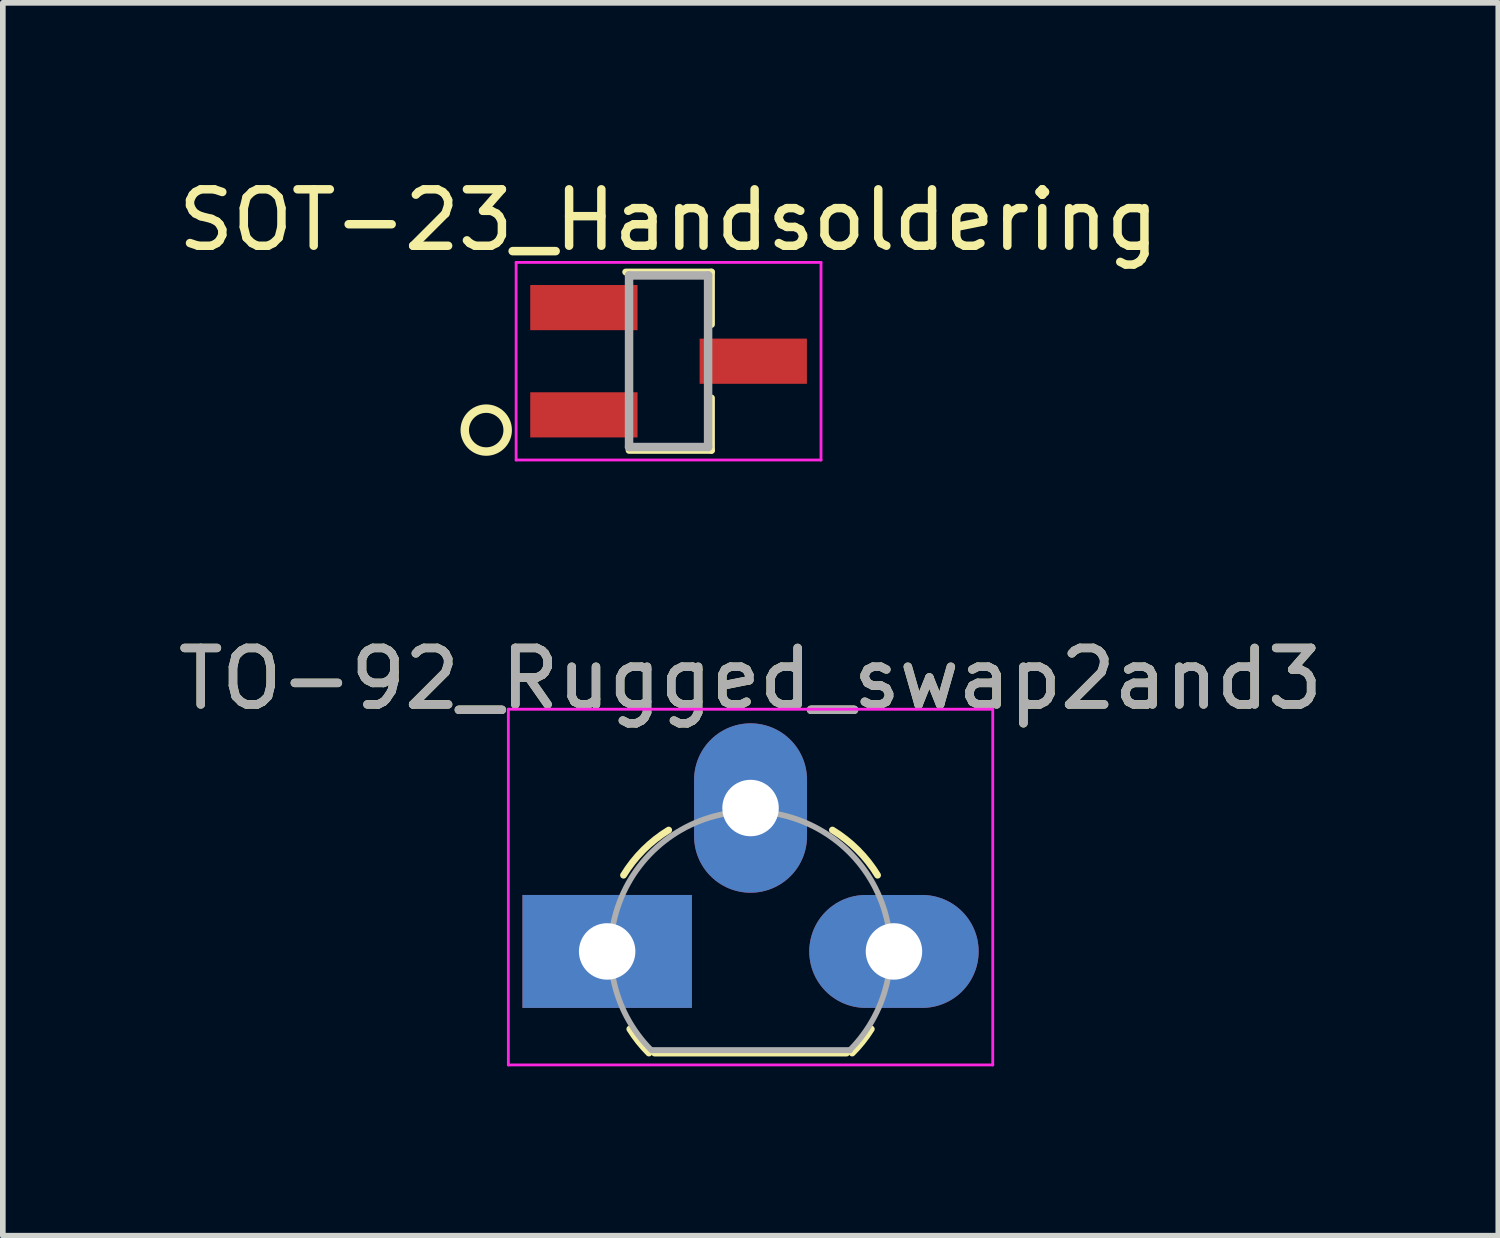
<source format=kicad_pcb>
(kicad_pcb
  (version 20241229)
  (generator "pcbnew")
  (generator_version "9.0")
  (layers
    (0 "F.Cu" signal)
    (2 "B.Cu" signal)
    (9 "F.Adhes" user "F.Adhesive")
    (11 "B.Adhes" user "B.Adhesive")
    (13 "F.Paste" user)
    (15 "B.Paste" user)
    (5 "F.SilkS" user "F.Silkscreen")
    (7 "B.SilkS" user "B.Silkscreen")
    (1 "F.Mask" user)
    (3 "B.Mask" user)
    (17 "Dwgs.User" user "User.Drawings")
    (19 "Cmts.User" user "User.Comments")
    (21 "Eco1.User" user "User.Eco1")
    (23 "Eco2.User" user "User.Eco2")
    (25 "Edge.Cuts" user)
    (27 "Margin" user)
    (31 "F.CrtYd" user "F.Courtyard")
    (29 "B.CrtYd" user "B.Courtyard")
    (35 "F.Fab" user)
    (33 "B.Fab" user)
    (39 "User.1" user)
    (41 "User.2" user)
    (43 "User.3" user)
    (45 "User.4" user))
  (footprint "SOT-23_Handsoldering"
    (layer "F.Cu")
    (at 8.792 3.348)
    (property "Reference" "SOT-23_Handsoldering" (at 0 -2.5 0) (layer "F.SilkS") (effects (font (size 1 1) (thickness 0.15))))
    (attr smd)
    (fp_line (start 0.76 -1.58) (end -0.76 -1.58) (stroke (width 0.12) (type solid)) (layer "F.SilkS"))
    (fp_line (start 0.76 -1.58) (end 0.76 -0.65) (stroke (width 0.12) (type solid)) (layer "F.SilkS"))
    (fp_line (start 0.76 1.58) (end -0.7 1.58) (stroke (width 0.12) (type solid)) (layer "F.SilkS"))
    (fp_line (start 0.76 1.58) (end 0.76 0.65) (stroke (width 0.12) (type solid)) (layer "F.SilkS"))
    (fp_circle (center -3.23 1.22) (end -2.85 1.22) (stroke (width 0.15) (type solid)) (fill no) (layer "F.SilkS"))
    (fp_line (start -2.7 -1.75) (end 2.7 -1.75) (stroke (width 0.05) (type solid)) (layer "F.CrtYd"))
    (fp_line (start -2.7 1.75) (end -2.7 -1.75) (stroke (width 0.05) (type solid)) (layer "F.CrtYd"))
    (fp_line (start 2.7 -1.75) (end 2.7 1.75) (stroke (width 0.05) (type solid)) (layer "F.CrtYd"))
    (fp_line (start 2.7 1.75) (end -2.7 1.75) (stroke (width 0.05) (type solid)) (layer "F.CrtYd"))
    (fp_line (start -0.7 -1.52) (end -0.7 1.52) (stroke (width 0.15) (type solid)) (layer "F.Fab"))
    (fp_line (start -0.7 -1.52) (end 0.7 -1.52) (stroke (width 0.15) (type solid)) (layer "F.Fab"))
    (fp_line (start -0.7 1.52) (end 0.7 1.52) (stroke (width 0.15) (type solid)) (layer "F.Fab"))
    (fp_line (start 0.7 -1.52) (end 0.7 1.52) (stroke (width 0.15) (type solid)) (layer "F.Fab"))
    (pad "1" smd rect (at -1.5 0.95) (size 1.9 0.8) (layers "F.Cu" "F.Mask" "F.Paste"))
    (pad "2" smd rect (at 1.5 0) (size 1.9 0.8) (layers "F.Cu" "F.Mask" "F.Paste"))
    (pad "3" smd rect (at -1.5 -0.95) (size 1.9 0.8) (layers "F.Cu" "F.Mask" "F.Paste")))
  (footprint "TO-92_Rugged_swap2and3"
    (layer "F.Cu")
    (at 7.704 13.802)
    (property "Reference" "TO-92_Rugged_swap2and3" (at 2.54 -4.83 0) (layer "F.SilkS") (effects (font (size 1 1) (thickness 0.15))))
    (attr through_hole)
    (fp_line (start 0.84 1.8) (end 4.24 1.8) (stroke (width 0.12) (type solid)) (layer "F.SilkS"))
    (fp_arc (start 0.29 -1.35) (mid 0.642148 -1.797734) (end 1.089857 -2.149913) (stroke (width 0.12) (type solid)) (layer "F.SilkS"))
    (fp_arc (start 0.74 1.8) (mid 0.558613 1.596791) (end 0.401376 1.374368) (stroke (width 0.12) (type solid)) (layer "F.SilkS"))
    (fp_arc (start 3.990143 -2.149913) (mid 4.437852 -1.797734) (end 4.79 -1.35) (stroke (width 0.12) (type solid)) (layer "F.SilkS"))
    (fp_arc (start 4.678624 1.374368) (mid 4.521387 1.596791) (end 4.34 1.8) (stroke (width 0.12) (type solid)) (layer "F.SilkS"))
    (fp_line (start -1.75 -4.29) (end -1.75 2.01) (stroke (width 0.05) (type solid)) (layer "F.CrtYd"))
    (fp_line (start -1.75 -4.29) (end 6.83 -4.29) (stroke (width 0.05) (type solid)) (layer "F.CrtYd"))
    (fp_line (start 6.83 2.01) (end -1.75 2.01) (stroke (width 0.05) (type solid)) (layer "F.CrtYd"))
    (fp_line (start 6.83 2.01) (end 6.83 -4.29) (stroke (width 0.05) (type solid)) (layer "F.CrtYd"))
    (fp_line (start 0.8 1.75) (end 4.3 1.75) (stroke (width 0.1) (type solid)) (layer "F.Fab"))
    (fp_line (start 0.8 1.75) (end 4.3 1.75) (stroke (width 0.1) (type solid)) (layer "F.Fab"))
    (fp_arc (start 0.786375 1.753625) (mid 0.248779 -0.949055) (end 2.54 -2.48) (stroke (width 0.1) (type solid)) (layer "F.Fab"))
    (fp_arc (start 2.54 -2.48) (mid 4.831221 -0.949055) (end 4.293625 1.753625) (stroke (width 0.1) (type solid)) (layer "F.Fab"))
    (fp_text user "${REFERENCE}" (at 2.54 -4.83 0) (layer "F.Fab") (effects (font (size 1 1) (thickness 0.15))))
    (pad "1" thru_hole rect (at 0 0 90) (size 2 3) (drill 1) (layers "*.Cu" "*.Mask"))
    (pad "2" thru_hole oval (at 5.08 0 90) (size 2 3) (drill 1) (layers "*.Cu" "*.Mask"))
    (pad "3" thru_hole oval (at 2.54 -2.54 90) (size 3 2) (drill 1) (layers "*.Cu" "*.Mask")))
  (gr_rect
    (start -3 -3)
    (end 23.488 18.837)
    (stroke (width 0.1) (type default))
    (fill no)
    (layer "Edge.Cuts")))
</source>
